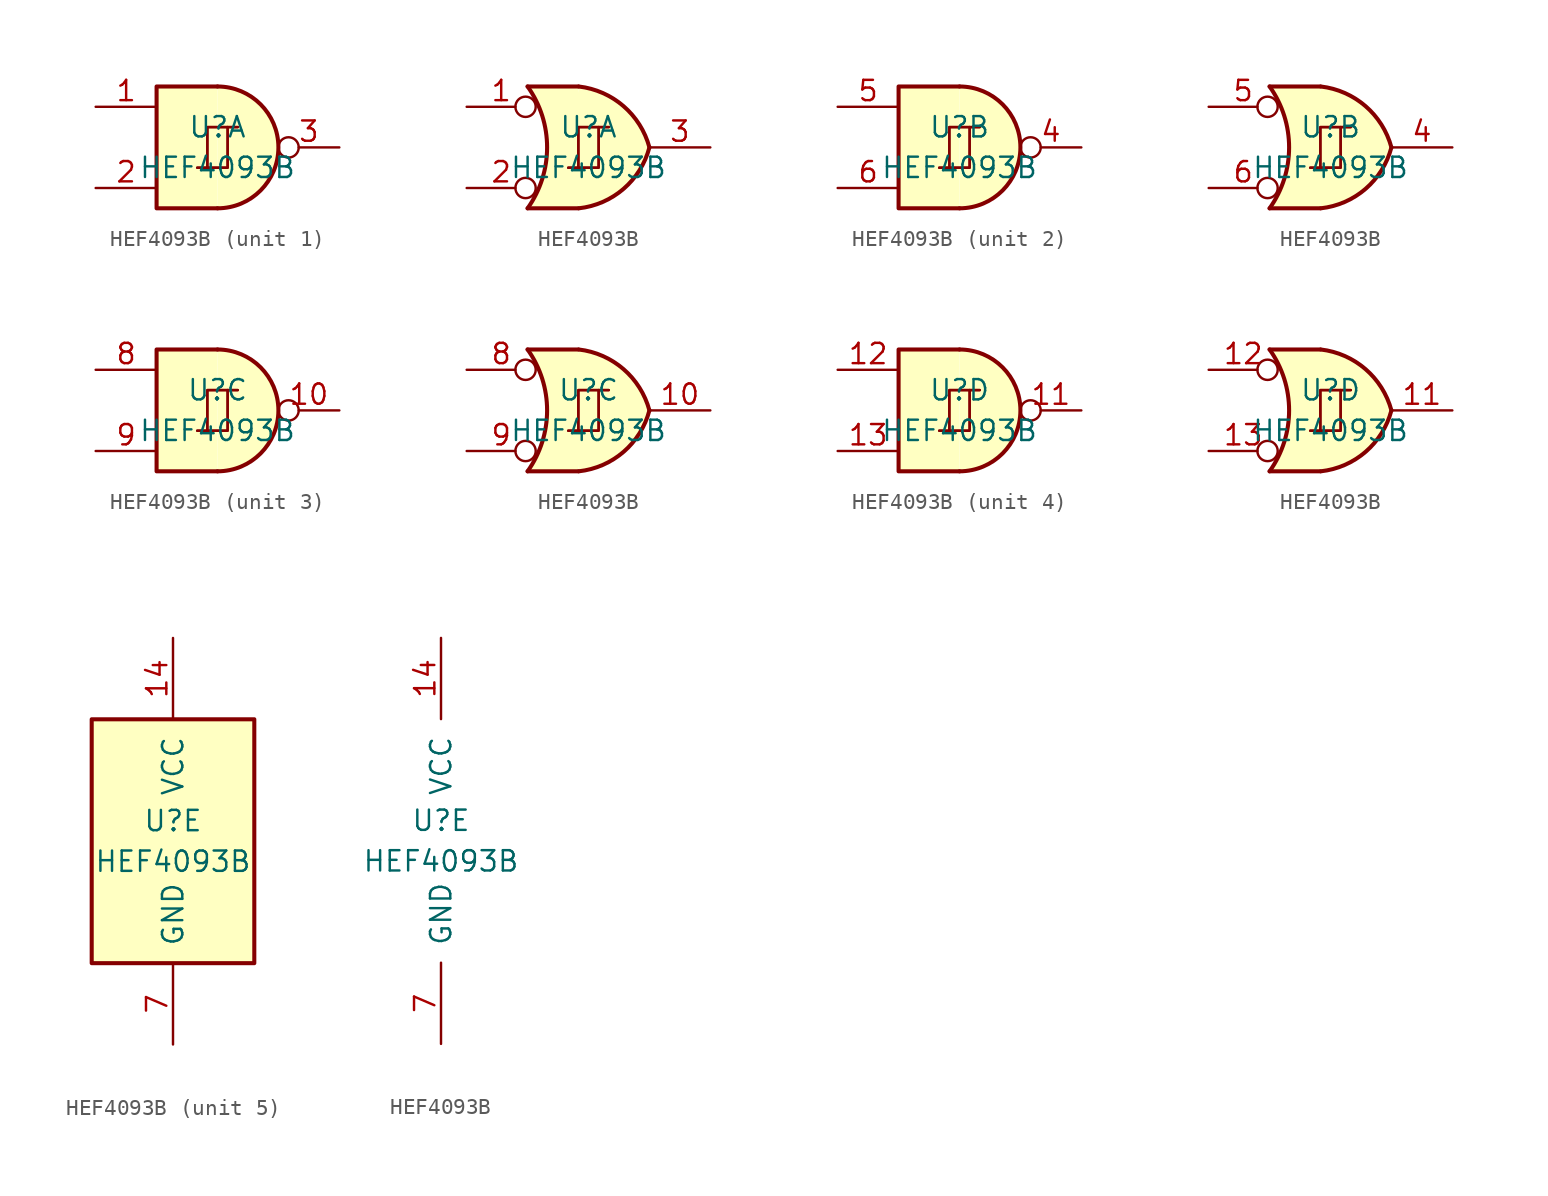
<source format=kicad_sym>
(kicad_symbol_lib
  (version 20201005)
  (generator kicad_symbol_editor)
  (symbol "4xxx:HEF4093B"
    (pin_names
      (offset 1.016))
    (property "Reference" "U"
      (at 0 1.27 0)
      (effects (font (size 1.27 1.27))))
    (property "Value" "HEF4093B"
      (at 0 -1.27 0)
      (effects (font (size 1.27 1.27))))
    (property "ki_locked" ""
      (at 0 0 0)
      (effects (font (size 1.27 1.27))))
    (symbol "HEF4093B_1_0"
      (polyline (pts (xy -0.635 -1.27) (xy -0.635 1.27) (xy 0.635 1.27)) (stroke (width 0)) (fill (type none)))
      (polyline (pts (xy -0.635 -1.27) (xy -0.635 1.27) (xy 0.635 1.27)) (stroke (width 0)) (fill (type none)))
      (polyline (pts (xy -1.27 -1.27) (xy 0.635 -1.27) (xy 0.635 1.27) (xy 1.27 1.27)) (stroke (width 0)) (fill (type none)))
      (polyline (pts (xy -1.27 -1.27) (xy 0.635 -1.27) (xy 0.635 1.27) (xy 1.27 1.27)) (stroke (width 0)) (fill (type none))))
    (symbol "HEF4093B_1_1"
      (arc (start 0 -3.81) (end 0 3.81) (radius (at 0 0) (length 3.81) (angles -89.9 89.9)) (stroke (width 0.254)) (fill (type background)))
      (polyline (pts (xy 0 3.81) (xy -3.81 3.81) (xy -3.81 -3.81) (xy 0 -3.81)) (stroke (width 0.254)) (fill (type background)))
      (pin input line (at -7.62 2.54 0) (length 3.81) (name "~" (effects (font (size 1.27 1.27)))) (number "1" (effects (font (size 1.27 1.27)))))
      (pin input line (at -7.62 -2.54 0) (length 3.81) (name "~" (effects (font (size 1.27 1.27)))) (number "2" (effects (font (size 1.27 1.27)))))
      (pin output inverted (at 7.62 0 180) (length 3.81) (name "~" (effects (font (size 1.27 1.27)))) (number "3" (effects (font (size 1.27 1.27))))))
    (symbol "HEF4093B_1_2"
      (arc (start -3.81 3.81) (end -3.81 -3.81) (radius (at -9.144 0) (length 6.5532) (angles 35.4 -35.4)) (stroke (width 0.254)) (fill (type none)))
      (arc (start 3.81 0) (end -0.6096 3.81) (radius (at -1.1938 -1.3208) (length 5.1816) (angles 15 83.7)) (stroke (width 0.254)) (fill (type background)))
      (arc (start 3.81 0) (end -0.6096 -3.81) (radius (at -1.1938 1.3208) (length 5.1816) (angles -15 -83.7)) (stroke (width 0.254)) (fill (type background)))
      (polyline (pts (xy -3.81 -3.81) (xy -0.635 -3.81)) (stroke (width 0.254)) (fill (type background)))
      (polyline (pts (xy -3.81 3.81) (xy -0.635 3.81)) (stroke (width 0.254)) (fill (type background)))
      (polyline (pts (xy -0.635 3.81) (xy -3.81 3.81) (xy -3.81 3.81) (xy -3.556 3.404) (xy -3.023 2.261) (xy -2.692 1.041) (xy -2.616 -0.254) (xy -2.769 -1.499) (xy -3.175 -2.718) (xy -3.81 -3.81) (xy -3.81 -3.81) (xy -0.635 -3.81)) (stroke (width -25.4)) (fill (type background)))
      (pin input inverted (at -7.62 2.54 0) (length 4.318) (name "~" (effects (font (size 1.27 1.27)))) (number "1" (effects (font (size 1.27 1.27)))))
      (pin input inverted (at -7.62 -2.54 0) (length 4.318) (name "~" (effects (font (size 1.27 1.27)))) (number "2" (effects (font (size 1.27 1.27)))))
      (pin output line (at 7.62 0 180) (length 3.81) (name "~" (effects (font (size 1.27 1.27)))) (number "3" (effects (font (size 1.27 1.27))))))
    (symbol "HEF4093B_2_0"
      (polyline (pts (xy -0.635 -1.27) (xy -0.635 1.27) (xy 0.635 1.27)) (stroke (width 0)) (fill (type none)))
      (polyline (pts (xy -0.635 -1.27) (xy -0.635 1.27) (xy 0.635 1.27)) (stroke (width 0)) (fill (type none)))
      (polyline (pts (xy -1.27 -1.27) (xy 0.635 -1.27) (xy 0.635 1.27) (xy 1.27 1.27)) (stroke (width 0)) (fill (type none)))
      (polyline (pts (xy -1.27 -1.27) (xy 0.635 -1.27) (xy 0.635 1.27) (xy 1.27 1.27)) (stroke (width 0)) (fill (type none))))
    (symbol "HEF4093B_2_1"
      (arc (start 0 -3.81) (end 0 3.81) (radius (at 0 0) (length 3.81) (angles -89.9 89.9)) (stroke (width 0.254)) (fill (type background)))
      (polyline (pts (xy 0 3.81) (xy -3.81 3.81) (xy -3.81 -3.81) (xy 0 -3.81)) (stroke (width 0.254)) (fill (type background)))
      (pin output inverted (at 7.62 0 180) (length 3.81) (name "~" (effects (font (size 1.27 1.27)))) (number "4" (effects (font (size 1.27 1.27)))))
      (pin input line (at -7.62 2.54 0) (length 3.81) (name "~" (effects (font (size 1.27 1.27)))) (number "5" (effects (font (size 1.27 1.27)))))
      (pin input line (at -7.62 -2.54 0) (length 3.81) (name "~" (effects (font (size 1.27 1.27)))) (number "6" (effects (font (size 1.27 1.27))))))
    (symbol "HEF4093B_2_2"
      (arc (start -3.81 3.81) (end -3.81 -3.81) (radius (at -9.144 0) (length 6.5532) (angles 35.4 -35.4)) (stroke (width 0.254)) (fill (type none)))
      (arc (start 3.81 0) (end -0.6096 3.81) (radius (at -1.1938 -1.3208) (length 5.1816) (angles 15 83.7)) (stroke (width 0.254)) (fill (type background)))
      (arc (start 3.81 0) (end -0.6096 -3.81) (radius (at -1.1938 1.3208) (length 5.1816) (angles -15 -83.7)) (stroke (width 0.254)) (fill (type background)))
      (polyline (pts (xy -3.81 -3.81) (xy -0.635 -3.81)) (stroke (width 0.254)) (fill (type background)))
      (polyline (pts (xy -3.81 3.81) (xy -0.635 3.81)) (stroke (width 0.254)) (fill (type background)))
      (polyline (pts (xy -0.635 3.81) (xy -3.81 3.81) (xy -3.81 3.81) (xy -3.556 3.404) (xy -3.023 2.261) (xy -2.692 1.041) (xy -2.616 -0.254) (xy -2.769 -1.499) (xy -3.175 -2.718) (xy -3.81 -3.81) (xy -3.81 -3.81) (xy -0.635 -3.81)) (stroke (width -25.4)) (fill (type background)))
      (pin output line (at 7.62 0 180) (length 3.81) (name "~" (effects (font (size 1.27 1.27)))) (number "4" (effects (font (size 1.27 1.27)))))
      (pin input inverted (at -7.62 2.54 0) (length 4.318) (name "~" (effects (font (size 1.27 1.27)))) (number "5" (effects (font (size 1.27 1.27)))))
      (pin input inverted (at -7.62 -2.54 0) (length 4.318) (name "~" (effects (font (size 1.27 1.27)))) (number "6" (effects (font (size 1.27 1.27))))))
    (symbol "HEF4093B_3_0"
      (polyline (pts (xy -0.635 -1.27) (xy -0.635 1.27) (xy 0.635 1.27)) (stroke (width 0)) (fill (type none)))
      (polyline (pts (xy -0.635 -1.27) (xy -0.635 1.27) (xy 0.635 1.27)) (stroke (width 0)) (fill (type none)))
      (polyline (pts (xy -1.27 -1.27) (xy 0.635 -1.27) (xy 0.635 1.27) (xy 1.27 1.27)) (stroke (width 0)) (fill (type none)))
      (polyline (pts (xy -1.27 -1.27) (xy 0.635 -1.27) (xy 0.635 1.27) (xy 1.27 1.27)) (stroke (width 0)) (fill (type none))))
    (symbol "HEF4093B_3_1"
      (arc (start 0 -3.81) (end 0 3.81) (radius (at 0 0) (length 3.81) (angles -89.9 89.9)) (stroke (width 0.254)) (fill (type background)))
      (polyline (pts (xy 0 3.81) (xy -3.81 3.81) (xy -3.81 -3.81) (xy 0 -3.81)) (stroke (width 0.254)) (fill (type background)))
      (pin output inverted (at 7.62 0 180) (length 3.81) (name "~" (effects (font (size 1.27 1.27)))) (number "10" (effects (font (size 1.27 1.27)))))
      (pin input line (at -7.62 2.54 0) (length 3.81) (name "~" (effects (font (size 1.27 1.27)))) (number "8" (effects (font (size 1.27 1.27)))))
      (pin input line (at -7.62 -2.54 0) (length 3.81) (name "~" (effects (font (size 1.27 1.27)))) (number "9" (effects (font (size 1.27 1.27))))))
    (symbol "HEF4093B_3_2"
      (arc (start -3.81 3.81) (end -3.81 -3.81) (radius (at -9.144 0) (length 6.5532) (angles 35.4 -35.4)) (stroke (width 0.254)) (fill (type none)))
      (arc (start 3.81 0) (end -0.6096 3.81) (radius (at -1.1938 -1.3208) (length 5.1816) (angles 15 83.7)) (stroke (width 0.254)) (fill (type background)))
      (arc (start 3.81 0) (end -0.6096 -3.81) (radius (at -1.1938 1.3208) (length 5.1816) (angles -15 -83.7)) (stroke (width 0.254)) (fill (type background)))
      (polyline (pts (xy -3.81 -3.81) (xy -0.635 -3.81)) (stroke (width 0.254)) (fill (type background)))
      (polyline (pts (xy -3.81 3.81) (xy -0.635 3.81)) (stroke (width 0.254)) (fill (type background)))
      (polyline (pts (xy -0.635 3.81) (xy -3.81 3.81) (xy -3.81 3.81) (xy -3.556 3.404) (xy -3.023 2.261) (xy -2.692 1.041) (xy -2.616 -0.254) (xy -2.769 -1.499) (xy -3.175 -2.718) (xy -3.81 -3.81) (xy -3.81 -3.81) (xy -0.635 -3.81)) (stroke (width -25.4)) (fill (type background)))
      (pin output line (at 7.62 0 180) (length 3.81) (name "~" (effects (font (size 1.27 1.27)))) (number "10" (effects (font (size 1.27 1.27)))))
      (pin input inverted (at -7.62 2.54 0) (length 4.318) (name "~" (effects (font (size 1.27 1.27)))) (number "8" (effects (font (size 1.27 1.27)))))
      (pin input inverted (at -7.62 -2.54 0) (length 4.318) (name "~" (effects (font (size 1.27 1.27)))) (number "9" (effects (font (size 1.27 1.27))))))
    (symbol "HEF4093B_4_0"
      (polyline (pts (xy -0.635 -1.27) (xy -0.635 1.27) (xy 0.635 1.27)) (stroke (width 0)) (fill (type none)))
      (polyline (pts (xy -0.635 -1.27) (xy -0.635 1.27) (xy 0.635 1.27)) (stroke (width 0)) (fill (type none)))
      (polyline (pts (xy -1.27 -1.27) (xy 0.635 -1.27) (xy 0.635 1.27) (xy 1.27 1.27)) (stroke (width 0)) (fill (type none)))
      (polyline (pts (xy -1.27 -1.27) (xy 0.635 -1.27) (xy 0.635 1.27) (xy 1.27 1.27)) (stroke (width 0)) (fill (type none))))
    (symbol "HEF4093B_4_1"
      (arc (start 0 -3.81) (end 0 3.81) (radius (at 0 0) (length 3.81) (angles -89.9 89.9)) (stroke (width 0.254)) (fill (type background)))
      (polyline (pts (xy 0 3.81) (xy -3.81 3.81) (xy -3.81 -3.81) (xy 0 -3.81)) (stroke (width 0.254)) (fill (type background)))
      (pin output inverted (at 7.62 0 180) (length 3.81) (name "~" (effects (font (size 1.27 1.27)))) (number "11" (effects (font (size 1.27 1.27)))))
      (pin input line (at -7.62 2.54 0) (length 3.81) (name "~" (effects (font (size 1.27 1.27)))) (number "12" (effects (font (size 1.27 1.27)))))
      (pin input line (at -7.62 -2.54 0) (length 3.81) (name "~" (effects (font (size 1.27 1.27)))) (number "13" (effects (font (size 1.27 1.27))))))
    (symbol "HEF4093B_4_2"
      (arc (start -3.81 3.81) (end -3.81 -3.81) (radius (at -9.144 0) (length 6.5532) (angles 35.4 -35.4)) (stroke (width 0.254)) (fill (type none)))
      (arc (start 3.81 0) (end -0.6096 3.81) (radius (at -1.1938 -1.3208) (length 5.1816) (angles 15 83.7)) (stroke (width 0.254)) (fill (type background)))
      (arc (start 3.81 0) (end -0.6096 -3.81) (radius (at -1.1938 1.3208) (length 5.1816) (angles -15 -83.7)) (stroke (width 0.254)) (fill (type background)))
      (polyline (pts (xy -3.81 -3.81) (xy -0.635 -3.81)) (stroke (width 0.254)) (fill (type background)))
      (polyline (pts (xy -3.81 3.81) (xy -0.635 3.81)) (stroke (width 0.254)) (fill (type background)))
      (polyline (pts (xy -0.635 3.81) (xy -3.81 3.81) (xy -3.81 3.81) (xy -3.556 3.404) (xy -3.023 2.261) (xy -2.692 1.041) (xy -2.616 -0.254) (xy -2.769 -1.499) (xy -3.175 -2.718) (xy -3.81 -3.81) (xy -3.81 -3.81) (xy -0.635 -3.81)) (stroke (width -25.4)) (fill (type background)))
      (pin output line (at 7.62 0 180) (length 3.81) (name "~" (effects (font (size 1.27 1.27)))) (number "11" (effects (font (size 1.27 1.27)))))
      (pin input inverted (at -7.62 2.54 0) (length 4.318) (name "~" (effects (font (size 1.27 1.27)))) (number "12" (effects (font (size 1.27 1.27)))))
      (pin input inverted (at -7.62 -2.54 0) (length 4.318) (name "~" (effects (font (size 1.27 1.27)))) (number "13" (effects (font (size 1.27 1.27))))))
    (symbol "HEF4093B_5_0"
      (pin power_in line (at 0 12.7 270) (length 5.08) (name "VCC" (effects (font (size 1.27 1.27)))) (number "14" (effects (font (size 1.27 1.27)))))
      (pin power_in line (at 0 -12.7 90) (length 5.08) (name "GND" (effects (font (size 1.27 1.27)))) (number "7" (effects (font (size 1.27 1.27))))))
    (symbol "HEF4093B_5_1"
      (rectangle (start -5.08 7.62) (end 5.08 -7.62) (stroke (width 0.254)) (fill (type background))))))
</source>
